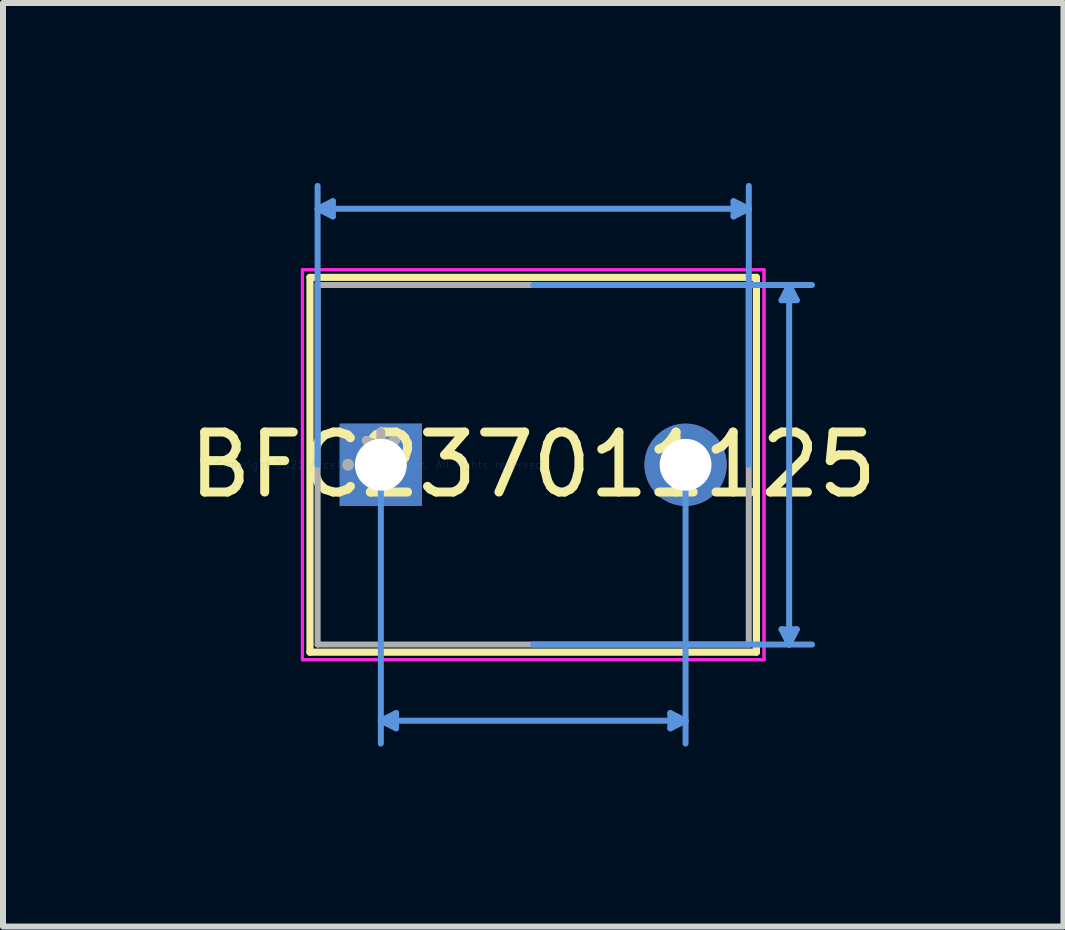
<source format=kicad_pcb>
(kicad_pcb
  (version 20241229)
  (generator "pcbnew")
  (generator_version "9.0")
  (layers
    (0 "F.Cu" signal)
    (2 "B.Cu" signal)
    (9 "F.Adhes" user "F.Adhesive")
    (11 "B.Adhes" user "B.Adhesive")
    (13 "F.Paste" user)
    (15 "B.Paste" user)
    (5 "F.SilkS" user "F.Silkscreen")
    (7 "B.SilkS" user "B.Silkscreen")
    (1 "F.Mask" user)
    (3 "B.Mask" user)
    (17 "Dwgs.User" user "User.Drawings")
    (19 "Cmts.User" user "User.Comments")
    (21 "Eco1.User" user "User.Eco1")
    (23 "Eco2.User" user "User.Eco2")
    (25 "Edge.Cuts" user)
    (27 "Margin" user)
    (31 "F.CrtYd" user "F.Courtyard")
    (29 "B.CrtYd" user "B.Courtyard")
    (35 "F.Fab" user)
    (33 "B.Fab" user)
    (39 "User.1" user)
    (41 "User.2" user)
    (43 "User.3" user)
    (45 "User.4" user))
  (footprint "BFC237011125"
    (layer "F.Cu")
    (at 3.299 4.698)
    (property "Reference" "BFC237011125" (at 2.54 0 0) (layer "F.SilkS") (effects (font (size 1 1) (thickness 0.15))))
    (attr through_hole)
    (fp_line (start -1.181 -3.124) (end -1.181 3.124) (stroke (width 0.12) (type solid)) (layer "F.SilkS"))
    (fp_line (start 6.261 -3.124) (end -1.181 -3.124) (stroke (width 0.12) (type solid)) (layer "F.SilkS"))
    (fp_line (start 6.261 -3.124) (end 6.261 3.124) (stroke (width 0.12) (type solid)) (layer "F.SilkS"))
    (fp_line (start 6.261 3.124) (end -1.181 3.124) (stroke (width 0.12) (type solid)) (layer "F.SilkS"))
    (fp_line (start -1.054 -4.267) (end -0.8 -4.394) (stroke (width 0.1) (type solid)) (layer "Cmts.User"))
    (fp_line (start -1.054 -4.267) (end -0.8 -4.14) (stroke (width 0.1) (type solid)) (layer "Cmts.User"))
    (fp_line (start -1.054 -4.267) (end 6.134 -4.267) (stroke (width 0.1) (type solid)) (layer "Cmts.User"))
    (fp_line (start -1.054 0) (end -1.054 -4.648) (stroke (width 0.1) (type solid)) (layer "Cmts.User"))
    (fp_line (start -0.8 -4.394) (end -0.8 -4.14) (stroke (width 0.1) (type solid)) (layer "Cmts.User"))
    (fp_line (start 0 0) (end 0 4.648) (stroke (width 0.1) (type solid)) (layer "Cmts.User"))
    (fp_line (start 0 4.267) (end 0.254 4.14) (stroke (width 0.1) (type solid)) (layer "Cmts.User"))
    (fp_line (start 0 4.267) (end 0.254 4.394) (stroke (width 0.1) (type solid)) (layer "Cmts.User"))
    (fp_line (start 0 4.267) (end 5.08 4.267) (stroke (width 0.1) (type solid)) (layer "Cmts.User"))
    (fp_line (start 0.254 4.14) (end 0.254 4.394) (stroke (width 0.1) (type solid)) (layer "Cmts.User"))
    (fp_line (start 2.54 -2.997) (end 7.188 -2.997) (stroke (width 0.1) (type solid)) (layer "Cmts.User"))
    (fp_line (start 2.54 2.997) (end 7.188 2.997) (stroke (width 0.1) (type solid)) (layer "Cmts.User"))
    (fp_line (start 4.826 4.14) (end 4.826 4.394) (stroke (width 0.1) (type solid)) (layer "Cmts.User"))
    (fp_line (start 5.08 0) (end 5.08 4.648) (stroke (width 0.1) (type solid)) (layer "Cmts.User"))
    (fp_line (start 5.08 4.267) (end 4.826 4.14) (stroke (width 0.1) (type solid)) (layer "Cmts.User"))
    (fp_line (start 5.08 4.267) (end 4.826 4.394) (stroke (width 0.1) (type solid)) (layer "Cmts.User"))
    (fp_line (start 5.88 -4.394) (end 5.88 -4.14) (stroke (width 0.1) (type solid)) (layer "Cmts.User"))
    (fp_line (start 6.134 -4.267) (end 5.88 -4.394) (stroke (width 0.1) (type solid)) (layer "Cmts.User"))
    (fp_line (start 6.134 -4.267) (end 5.88 -4.14) (stroke (width 0.1) (type solid)) (layer "Cmts.User"))
    (fp_line (start 6.134 0) (end 6.134 -4.648) (stroke (width 0.1) (type solid)) (layer "Cmts.User"))
    (fp_line (start 6.68 -2.743) (end 6.934 -2.743) (stroke (width 0.1) (type solid)) (layer "Cmts.User"))
    (fp_line (start 6.68 2.743) (end 6.934 2.743) (stroke (width 0.1) (type solid)) (layer "Cmts.User"))
    (fp_line (start 6.807 -2.997) (end 6.68 -2.743) (stroke (width 0.1) (type solid)) (layer "Cmts.User"))
    (fp_line (start 6.807 -2.997) (end 6.807 2.997) (stroke (width 0.1) (type solid)) (layer "Cmts.User"))
    (fp_line (start 6.807 -2.997) (end 6.934 -2.743) (stroke (width 0.1) (type solid)) (layer "Cmts.User"))
    (fp_line (start 6.807 2.997) (end 6.68 2.743) (stroke (width 0.1) (type solid)) (layer "Cmts.User"))
    (fp_line (start 6.807 2.997) (end 6.934 2.743) (stroke (width 0.1) (type solid)) (layer "Cmts.User"))
    (fp_line (start -1.308 -3.251) (end 6.388 -3.251) (stroke (width 0.05) (type solid)) (layer "F.CrtYd"))
    (fp_line (start -1.308 -3.251) (end 6.388 -3.251) (stroke (width 0.05) (type solid)) (layer "F.CrtYd"))
    (fp_line (start -1.308 3.251) (end -1.308 -3.251) (stroke (width 0.05) (type solid)) (layer "F.CrtYd"))
    (fp_line (start -1.308 3.251) (end -1.308 -3.251) (stroke (width 0.05) (type solid)) (layer "F.CrtYd"))
    (fp_line (start 6.388 -3.251) (end 6.388 3.251) (stroke (width 0.05) (type solid)) (layer "F.CrtYd"))
    (fp_line (start 6.388 -3.251) (end 6.388 3.251) (stroke (width 0.05) (type solid)) (layer "F.CrtYd"))
    (fp_line (start 6.388 3.251) (end -1.308 3.251) (stroke (width 0.05) (type solid)) (layer "F.CrtYd"))
    (fp_line (start 6.388 3.251) (end -1.308 3.251) (stroke (width 0.05) (type solid)) (layer "F.CrtYd"))
    (fp_line (start -1.054 -2.997) (end -1.054 2.997) (stroke (width 0.1) (type solid)) (layer "F.Fab"))
    (fp_line (start 6.134 -2.997) (end -1.054 -2.997) (stroke (width 0.1) (type solid)) (layer "F.Fab"))
    (fp_line (start 6.134 -2.997) (end 6.134 2.997) (stroke (width 0.1) (type solid)) (layer "F.Fab"))
    (fp_line (start 6.134 2.997) (end -1.054 2.997) (stroke (width 0.1) (type solid)) (layer "F.Fab"))
    (fp_circle (center -0.546 0) (end -0.546 0) (stroke (width 0.1) (type solid)) (fill no) (layer "F.Fab"))
    (fp_text user "*" (at 0 0 0) (layer "F.SilkS") (effects (font (size 1 1) (thickness 0.15))))
    (fp_text user "Copyright 2021 Accelerated Designs. All rights reserved." (at 0 0 0) (layer "Cmts.User") (effects (font (size 0.127 0.127) (thickness 0.002))))
    (fp_text user "*" (at 0 0 0) (layer "F.Fab") (effects (font (size 1 1) (thickness 0.15))))
    (pad "1" thru_hole rect (at 0 0) (size 1.372 1.372) (drill 0.864) (layers "*.Cu" "*.Mask"))
    (pad "2" thru_hole circle (at 5.08 0) (size 1.372 1.372) (drill 0.864) (layers "*.Cu" "*.Mask")))
  (gr_rect
    (start -3 -3)
    (end 14.679 12.396)
    (stroke (width 0.1) (type default))
    (fill no)
    (layer "Edge.Cuts")))
</source>
